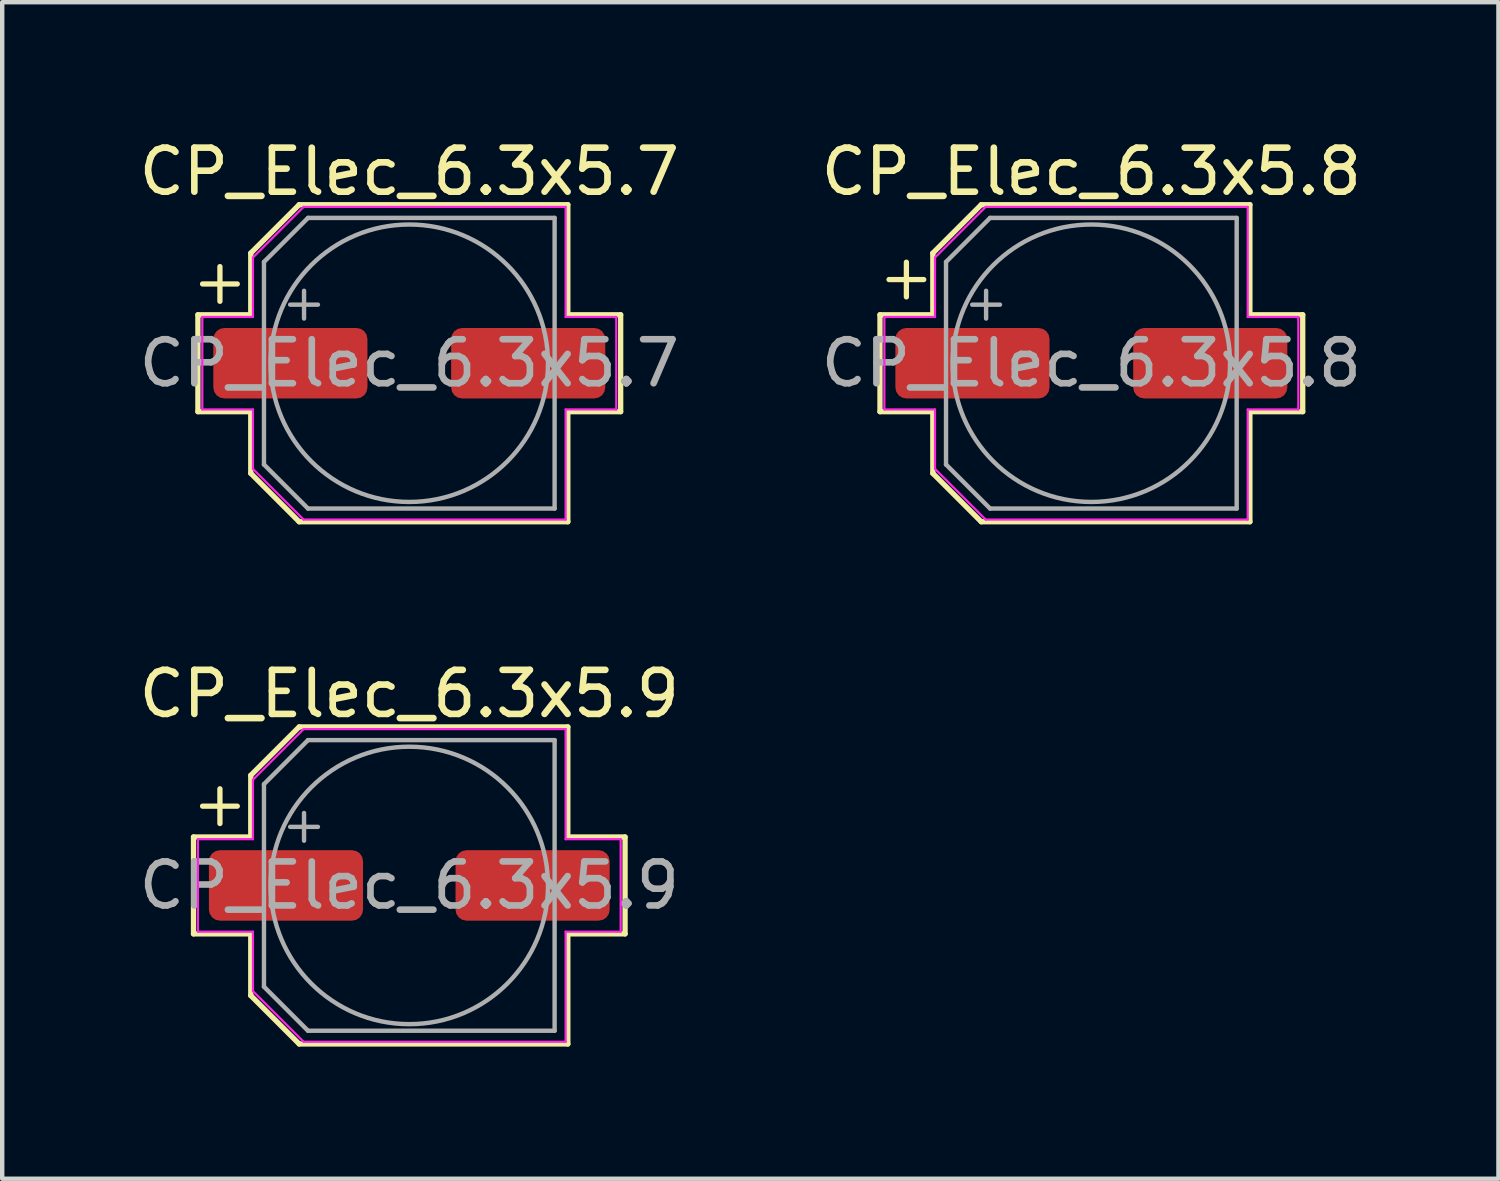
<source format=kicad_pcb>
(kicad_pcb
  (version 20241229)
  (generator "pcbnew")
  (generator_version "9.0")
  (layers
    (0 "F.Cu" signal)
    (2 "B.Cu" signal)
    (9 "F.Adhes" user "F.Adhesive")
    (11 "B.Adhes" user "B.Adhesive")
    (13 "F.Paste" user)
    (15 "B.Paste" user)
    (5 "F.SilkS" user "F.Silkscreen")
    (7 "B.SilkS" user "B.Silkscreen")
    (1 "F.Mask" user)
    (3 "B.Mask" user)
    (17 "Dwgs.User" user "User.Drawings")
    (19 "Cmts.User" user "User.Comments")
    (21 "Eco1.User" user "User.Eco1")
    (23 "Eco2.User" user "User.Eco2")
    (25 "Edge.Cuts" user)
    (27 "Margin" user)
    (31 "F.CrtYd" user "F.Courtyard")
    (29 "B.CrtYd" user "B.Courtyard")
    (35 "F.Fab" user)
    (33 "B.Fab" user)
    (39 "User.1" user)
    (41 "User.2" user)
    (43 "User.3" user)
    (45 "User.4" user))
  (footprint "CP_Elec_6.3x5.9"
    (layer "F.Cu")
    (at 6.244 17.056)
    (property "Reference" "CP_Elec_6.3x5.9" (at 0 -4.35 0) (layer "F.SilkS") (effects (font (size 1 1) (thickness 0.15))))
    (attr smd)
    (fp_line (start -4.9 -1.1) (end -4.9 1.1) (stroke (width 0.12) (type solid)) (layer "F.SilkS"))
    (fp_line (start -4.9 1.1) (end -3.6 1.1) (stroke (width 0.12) (type solid)) (layer "F.SilkS"))
    (fp_line (start -4.694 -1.8) (end -3.906 -1.8) (stroke (width 0.12) (type solid)) (layer "F.SilkS"))
    (fp_line (start -4.3 -2.194) (end -4.3 -1.406) (stroke (width 0.12) (type solid)) (layer "F.SilkS"))
    (fp_line (start -3.6 -2.5) (end -3.6 -1.1) (stroke (width 0.12) (type solid)) (layer "F.SilkS"))
    (fp_line (start -3.6 -1.1) (end -4.9 -1.1) (stroke (width 0.12) (type solid)) (layer "F.SilkS"))
    (fp_line (start -3.6 1.1) (end -3.6 2.5) (stroke (width 0.12) (type solid)) (layer "F.SilkS"))
    (fp_line (start -3.6 2.5) (end -2.5 3.6) (stroke (width 0.12) (type solid)) (layer "F.SilkS"))
    (fp_line (start -2.5 -3.6) (end -3.6 -2.5) (stroke (width 0.12) (type solid)) (layer "F.SilkS"))
    (fp_line (start -2.5 3.6) (end 3.6 3.6) (stroke (width 0.12) (type solid)) (layer "F.SilkS"))
    (fp_line (start 3.6 -3.6) (end -2.5 -3.6) (stroke (width 0.12) (type solid)) (layer "F.SilkS"))
    (fp_line (start 3.6 -1.1) (end 3.6 -3.6) (stroke (width 0.12) (type solid)) (layer "F.SilkS"))
    (fp_line (start 3.6 1.1) (end 4.9 1.1) (stroke (width 0.12) (type solid)) (layer "F.SilkS"))
    (fp_line (start 3.6 3.6) (end 3.6 1.1) (stroke (width 0.12) (type solid)) (layer "F.SilkS"))
    (fp_line (start 4.9 -1.1) (end 3.6 -1.1) (stroke (width 0.12) (type solid)) (layer "F.SilkS"))
    (fp_line (start 4.9 1.1) (end 4.9 -1.1) (stroke (width 0.12) (type solid)) (layer "F.SilkS"))
    (fp_line (start -4.8 -1.05) (end -4.8 1.05) (stroke (width 0.05) (type solid)) (layer "F.CrtYd"))
    (fp_line (start -4.8 1.05) (end -3.55 1.05) (stroke (width 0.05) (type solid)) (layer "F.CrtYd"))
    (fp_line (start -3.55 -2.4) (end -3.55 -1.05) (stroke (width 0.05) (type solid)) (layer "F.CrtYd"))
    (fp_line (start -3.55 -2.4) (end -2.4 -3.55) (stroke (width 0.05) (type solid)) (layer "F.CrtYd"))
    (fp_line (start -3.55 -1.05) (end -4.8 -1.05) (stroke (width 0.05) (type solid)) (layer "F.CrtYd"))
    (fp_line (start -3.55 1.05) (end -3.55 2.4) (stroke (width 0.05) (type solid)) (layer "F.CrtYd"))
    (fp_line (start -3.55 2.4) (end -2.4 3.55) (stroke (width 0.05) (type solid)) (layer "F.CrtYd"))
    (fp_line (start -2.4 -3.55) (end 3.55 -3.55) (stroke (width 0.05) (type solid)) (layer "F.CrtYd"))
    (fp_line (start -2.4 3.55) (end 3.55 3.55) (stroke (width 0.05) (type solid)) (layer "F.CrtYd"))
    (fp_line (start 3.55 -3.55) (end 3.55 -1.05) (stroke (width 0.05) (type solid)) (layer "F.CrtYd"))
    (fp_line (start 3.55 -1.05) (end 4.8 -1.05) (stroke (width 0.05) (type solid)) (layer "F.CrtYd"))
    (fp_line (start 3.55 1.05) (end 3.55 3.55) (stroke (width 0.05) (type solid)) (layer "F.CrtYd"))
    (fp_line (start 4.8 -1.05) (end 4.8 1.05) (stroke (width 0.05) (type solid)) (layer "F.CrtYd"))
    (fp_line (start 4.8 1.05) (end 3.55 1.05) (stroke (width 0.05) (type solid)) (layer "F.CrtYd"))
    (fp_line (start -3.3 -2.3) (end -3.3 2.3) (stroke (width 0.1) (type solid)) (layer "F.Fab"))
    (fp_line (start -3.3 -2.3) (end -2.3 -3.3) (stroke (width 0.1) (type solid)) (layer "F.Fab"))
    (fp_line (start -3.3 2.3) (end -2.3 3.3) (stroke (width 0.1) (type solid)) (layer "F.Fab"))
    (fp_line (start -2.705 -1.33) (end -2.075 -1.33) (stroke (width 0.1) (type solid)) (layer "F.Fab"))
    (fp_line (start -2.39 -1.645) (end -2.39 -1.015) (stroke (width 0.1) (type solid)) (layer "F.Fab"))
    (fp_line (start -2.3 -3.3) (end 3.3 -3.3) (stroke (width 0.1) (type solid)) (layer "F.Fab"))
    (fp_line (start -2.3 3.3) (end 3.3 3.3) (stroke (width 0.1) (type solid)) (layer "F.Fab"))
    (fp_line (start 3.3 -3.3) (end 3.3 3.3) (stroke (width 0.1) (type solid)) (layer "F.Fab"))
    (fp_circle (center 0 0) (end 3.15 0) (stroke (width 0.1) (type solid)) (fill no) (layer "F.Fab"))
    (fp_text user "${REFERENCE}" (at 0 0 0) (layer "F.Fab") (effects (font (size 1 1) (thickness 0.15))))
    (pad "1" smd roundrect (at -2.8 0) (size 3.5 1.6) (layers "F.Cu" "F.Mask" "F.Paste") (roundrect_rratio 0.156))
    (pad "2" smd roundrect (at 2.8 0) (size 3.5 1.6) (layers "F.Cu" "F.Mask" "F.Paste") (roundrect_rratio 0.156)))
  (footprint "CP_Elec_6.3x5.8"
    (layer "F.Cu")
    (at 21.732 5.198)
    (property "Reference" "CP_Elec_6.3x5.8" (at 0 -4.35 0) (layer "F.SilkS") (effects (font (size 1 1) (thickness 0.15))))
    (attr smd)
    (fp_line (start -4.8 -1.1) (end -4.8 1.1) (stroke (width 0.12) (type solid)) (layer "F.SilkS"))
    (fp_line (start -4.8 1.1) (end -3.6 1.1) (stroke (width 0.12) (type solid)) (layer "F.SilkS"))
    (fp_line (start -4.594 -1.9) (end -3.806 -1.9) (stroke (width 0.12) (type solid)) (layer "F.SilkS"))
    (fp_line (start -4.2 -2.294) (end -4.2 -1.506) (stroke (width 0.12) (type solid)) (layer "F.SilkS"))
    (fp_line (start -3.6 -2.5) (end -3.6 -1.1) (stroke (width 0.12) (type solid)) (layer "F.SilkS"))
    (fp_line (start -3.6 -1.1) (end -4.8 -1.1) (stroke (width 0.12) (type solid)) (layer "F.SilkS"))
    (fp_line (start -3.6 1.1) (end -3.6 2.5) (stroke (width 0.12) (type solid)) (layer "F.SilkS"))
    (fp_line (start -3.6 2.5) (end -2.5 3.6) (stroke (width 0.12) (type solid)) (layer "F.SilkS"))
    (fp_line (start -2.5 -3.6) (end -3.6 -2.5) (stroke (width 0.12) (type solid)) (layer "F.SilkS"))
    (fp_line (start -2.5 3.6) (end 3.6 3.6) (stroke (width 0.12) (type solid)) (layer "F.SilkS"))
    (fp_line (start 3.6 -3.6) (end -2.5 -3.6) (stroke (width 0.12) (type solid)) (layer "F.SilkS"))
    (fp_line (start 3.6 -1.1) (end 3.6 -3.6) (stroke (width 0.12) (type solid)) (layer "F.SilkS"))
    (fp_line (start 3.6 1.1) (end 4.8 1.1) (stroke (width 0.12) (type solid)) (layer "F.SilkS"))
    (fp_line (start 3.6 3.6) (end 3.6 1.1) (stroke (width 0.12) (type solid)) (layer "F.SilkS"))
    (fp_line (start 4.8 -1.1) (end 3.6 -1.1) (stroke (width 0.12) (type solid)) (layer "F.SilkS"))
    (fp_line (start 4.8 1.1) (end 4.8 -1.1) (stroke (width 0.12) (type solid)) (layer "F.SilkS"))
    (fp_line (start -4.7 -1.05) (end -4.7 1.05) (stroke (width 0.05) (type solid)) (layer "F.CrtYd"))
    (fp_line (start -4.7 1.05) (end -3.55 1.05) (stroke (width 0.05) (type solid)) (layer "F.CrtYd"))
    (fp_line (start -3.55 -2.4) (end -3.55 -1.05) (stroke (width 0.05) (type solid)) (layer "F.CrtYd"))
    (fp_line (start -3.55 -2.4) (end -2.4 -3.55) (stroke (width 0.05) (type solid)) (layer "F.CrtYd"))
    (fp_line (start -3.55 -1.05) (end -4.7 -1.05) (stroke (width 0.05) (type solid)) (layer "F.CrtYd"))
    (fp_line (start -3.55 1.05) (end -3.55 2.4) (stroke (width 0.05) (type solid)) (layer "F.CrtYd"))
    (fp_line (start -3.55 2.4) (end -2.4 3.55) (stroke (width 0.05) (type solid)) (layer "F.CrtYd"))
    (fp_line (start -2.4 -3.55) (end 3.55 -3.55) (stroke (width 0.05) (type solid)) (layer "F.CrtYd"))
    (fp_line (start -2.4 3.55) (end 3.55 3.55) (stroke (width 0.05) (type solid)) (layer "F.CrtYd"))
    (fp_line (start 3.55 -3.55) (end 3.55 -1.05) (stroke (width 0.05) (type solid)) (layer "F.CrtYd"))
    (fp_line (start 3.55 -1.05) (end 4.7 -1.05) (stroke (width 0.05) (type solid)) (layer "F.CrtYd"))
    (fp_line (start 3.55 1.05) (end 3.55 3.55) (stroke (width 0.05) (type solid)) (layer "F.CrtYd"))
    (fp_line (start 4.7 -1.05) (end 4.7 1.05) (stroke (width 0.05) (type solid)) (layer "F.CrtYd"))
    (fp_line (start 4.7 1.05) (end 3.55 1.05) (stroke (width 0.05) (type solid)) (layer "F.CrtYd"))
    (fp_line (start -3.3 -2.3) (end -3.3 2.3) (stroke (width 0.1) (type solid)) (layer "F.Fab"))
    (fp_line (start -3.3 -2.3) (end -2.3 -3.3) (stroke (width 0.1) (type solid)) (layer "F.Fab"))
    (fp_line (start -3.3 2.3) (end -2.3 3.3) (stroke (width 0.1) (type solid)) (layer "F.Fab"))
    (fp_line (start -2.705 -1.33) (end -2.075 -1.33) (stroke (width 0.1) (type solid)) (layer "F.Fab"))
    (fp_line (start -2.39 -1.645) (end -2.39 -1.015) (stroke (width 0.1) (type solid)) (layer "F.Fab"))
    (fp_line (start -2.3 -3.3) (end 3.3 -3.3) (stroke (width 0.1) (type solid)) (layer "F.Fab"))
    (fp_line (start -2.3 3.3) (end 3.3 3.3) (stroke (width 0.1) (type solid)) (layer "F.Fab"))
    (fp_line (start 3.3 -3.3) (end 3.3 3.3) (stroke (width 0.1) (type solid)) (layer "F.Fab"))
    (fp_circle (center 0 0) (end 3.15 0) (stroke (width 0.1) (type solid)) (fill no) (layer "F.Fab"))
    (fp_text user "${REFERENCE}" (at 0 0 0) (layer "F.Fab") (effects (font (size 1 1) (thickness 0.15))))
    (pad "1" smd roundrect (at -2.7 0) (size 3.5 1.6) (layers "F.Cu" "F.Mask" "F.Paste") (roundrect_rratio 0.156))
    (pad "2" smd roundrect (at 2.7 0) (size 3.5 1.6) (layers "F.Cu" "F.Mask" "F.Paste") (roundrect_rratio 0.156)))
  (footprint "CP_Elec_6.3x5.7"
    (layer "F.Cu")
    (at 6.244 5.198)
    (property "Reference" "CP_Elec_6.3x5.7" (at 0 -4.35 0) (layer "F.SilkS") (effects (font (size 1 1) (thickness 0.15))))
    (attr smd)
    (fp_line (start -4.8 -1.1) (end -4.8 1.1) (stroke (width 0.12) (type solid)) (layer "F.SilkS"))
    (fp_line (start -4.8 1.1) (end -3.6 1.1) (stroke (width 0.12) (type solid)) (layer "F.SilkS"))
    (fp_line (start -4.694 -1.8) (end -3.906 -1.8) (stroke (width 0.12) (type solid)) (layer "F.SilkS"))
    (fp_line (start -4.3 -2.194) (end -4.3 -1.406) (stroke (width 0.12) (type solid)) (layer "F.SilkS"))
    (fp_line (start -3.6 -2.5) (end -3.6 -1.1) (stroke (width 0.12) (type solid)) (layer "F.SilkS"))
    (fp_line (start -3.6 -1.1) (end -4.8 -1.1) (stroke (width 0.12) (type solid)) (layer "F.SilkS"))
    (fp_line (start -3.6 1.1) (end -3.6 2.5) (stroke (width 0.12) (type solid)) (layer "F.SilkS"))
    (fp_line (start -3.6 2.5) (end -2.5 3.6) (stroke (width 0.12) (type solid)) (layer "F.SilkS"))
    (fp_line (start -2.5 -3.6) (end -3.6 -2.5) (stroke (width 0.12) (type solid)) (layer "F.SilkS"))
    (fp_line (start -2.5 3.6) (end 3.6 3.6) (stroke (width 0.12) (type solid)) (layer "F.SilkS"))
    (fp_line (start 3.6 -3.6) (end -2.5 -3.6) (stroke (width 0.12) (type solid)) (layer "F.SilkS"))
    (fp_line (start 3.6 -1.1) (end 3.6 -3.6) (stroke (width 0.12) (type solid)) (layer "F.SilkS"))
    (fp_line (start 3.6 1.1) (end 4.8 1.1) (stroke (width 0.12) (type solid)) (layer "F.SilkS"))
    (fp_line (start 3.6 3.6) (end 3.6 1.1) (stroke (width 0.12) (type solid)) (layer "F.SilkS"))
    (fp_line (start 4.8 -1.1) (end 3.6 -1.1) (stroke (width 0.12) (type solid)) (layer "F.SilkS"))
    (fp_line (start 4.8 1.1) (end 4.8 -1.1) (stroke (width 0.12) (type solid)) (layer "F.SilkS"))
    (fp_line (start -4.7 -1.05) (end -4.7 1.05) (stroke (width 0.05) (type solid)) (layer "F.CrtYd"))
    (fp_line (start -4.7 1.05) (end -3.55 1.05) (stroke (width 0.05) (type solid)) (layer "F.CrtYd"))
    (fp_line (start -3.55 -2.4) (end -3.55 -1.05) (stroke (width 0.05) (type solid)) (layer "F.CrtYd"))
    (fp_line (start -3.55 -2.4) (end -2.4 -3.55) (stroke (width 0.05) (type solid)) (layer "F.CrtYd"))
    (fp_line (start -3.55 -1.05) (end -4.7 -1.05) (stroke (width 0.05) (type solid)) (layer "F.CrtYd"))
    (fp_line (start -3.55 1.05) (end -3.55 2.4) (stroke (width 0.05) (type solid)) (layer "F.CrtYd"))
    (fp_line (start -3.55 2.4) (end -2.4 3.55) (stroke (width 0.05) (type solid)) (layer "F.CrtYd"))
    (fp_line (start -2.4 -3.55) (end 3.55 -3.55) (stroke (width 0.05) (type solid)) (layer "F.CrtYd"))
    (fp_line (start -2.4 3.55) (end 3.55 3.55) (stroke (width 0.05) (type solid)) (layer "F.CrtYd"))
    (fp_line (start 3.55 -3.55) (end 3.55 -1.05) (stroke (width 0.05) (type solid)) (layer "F.CrtYd"))
    (fp_line (start 3.55 -1.05) (end 4.7 -1.05) (stroke (width 0.05) (type solid)) (layer "F.CrtYd"))
    (fp_line (start 3.55 1.05) (end 3.55 3.55) (stroke (width 0.05) (type solid)) (layer "F.CrtYd"))
    (fp_line (start 4.7 -1.05) (end 4.7 1.05) (stroke (width 0.05) (type solid)) (layer "F.CrtYd"))
    (fp_line (start 4.7 1.05) (end 3.55 1.05) (stroke (width 0.05) (type solid)) (layer "F.CrtYd"))
    (fp_line (start -3.3 -2.3) (end -3.3 2.3) (stroke (width 0.1) (type solid)) (layer "F.Fab"))
    (fp_line (start -3.3 -2.3) (end -2.3 -3.3) (stroke (width 0.1) (type solid)) (layer "F.Fab"))
    (fp_line (start -3.3 2.3) (end -2.3 3.3) (stroke (width 0.1) (type solid)) (layer "F.Fab"))
    (fp_line (start -2.705 -1.33) (end -2.075 -1.33) (stroke (width 0.1) (type solid)) (layer "F.Fab"))
    (fp_line (start -2.39 -1.645) (end -2.39 -1.015) (stroke (width 0.1) (type solid)) (layer "F.Fab"))
    (fp_line (start -2.3 -3.3) (end 3.3 -3.3) (stroke (width 0.1) (type solid)) (layer "F.Fab"))
    (fp_line (start -2.3 3.3) (end 3.3 3.3) (stroke (width 0.1) (type solid)) (layer "F.Fab"))
    (fp_line (start 3.3 -3.3) (end 3.3 3.3) (stroke (width 0.1) (type solid)) (layer "F.Fab"))
    (fp_circle (center 0 0) (end 3.15 0) (stroke (width 0.1) (type solid)) (fill no) (layer "F.Fab"))
    (fp_text user "${REFERENCE}" (at 0 0 0) (layer "F.Fab") (effects (font (size 1 1) (thickness 0.15))))
    (pad "1" smd roundrect (at -2.7 0) (size 3.5 1.6) (layers "F.Cu" "F.Mask" "F.Paste") (roundrect_rratio 0.156))
    (pad "2" smd roundrect (at 2.7 0) (size 3.5 1.6) (layers "F.Cu" "F.Mask" "F.Paste") (roundrect_rratio 0.156)))
  (gr_rect
    (start -3 -3)
    (end 30.976 23.716)
    (stroke (width 0.1) (type default))
    (fill no)
    (layer "Edge.Cuts")))
</source>
